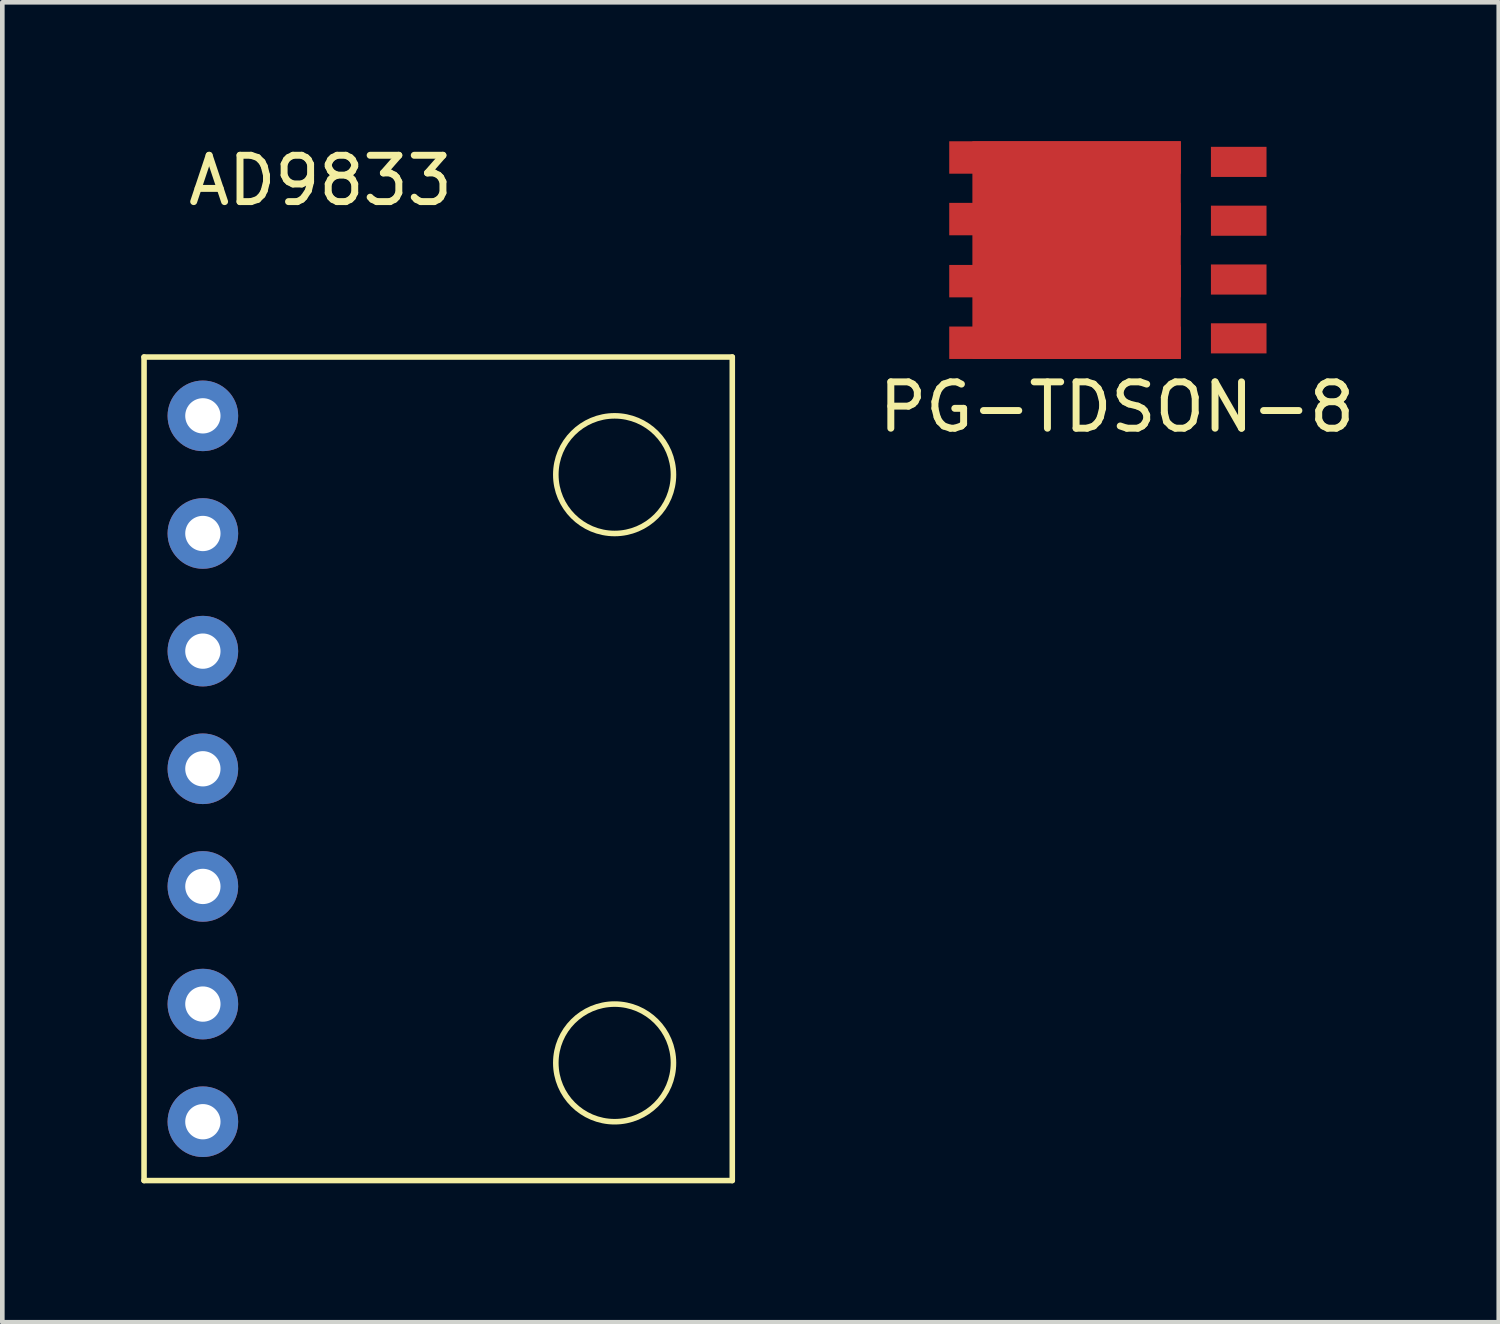
<source format=kicad_pcb>
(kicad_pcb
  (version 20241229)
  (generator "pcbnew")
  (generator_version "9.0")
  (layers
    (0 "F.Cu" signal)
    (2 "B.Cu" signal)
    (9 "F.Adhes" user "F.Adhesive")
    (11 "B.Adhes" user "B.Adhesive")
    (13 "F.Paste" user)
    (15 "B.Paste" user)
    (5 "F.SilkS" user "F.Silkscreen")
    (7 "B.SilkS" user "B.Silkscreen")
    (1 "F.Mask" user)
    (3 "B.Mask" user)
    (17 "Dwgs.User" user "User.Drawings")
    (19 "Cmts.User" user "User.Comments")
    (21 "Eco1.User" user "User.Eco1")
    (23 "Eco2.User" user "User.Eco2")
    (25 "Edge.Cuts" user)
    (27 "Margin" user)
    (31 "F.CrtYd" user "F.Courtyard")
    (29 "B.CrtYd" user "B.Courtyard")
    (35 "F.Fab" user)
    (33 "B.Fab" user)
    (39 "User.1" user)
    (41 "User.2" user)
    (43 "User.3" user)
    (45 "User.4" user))
  (footprint "AD9833"
    (layer "F.Cu")
    (at 3.87 13.548)
    (property "Reference" "AD9833" (at 0 -12.7 0) (layer "F.SilkS") (effects (font (size 1 1) (thickness 0.15))))
    (attr through_hole)
    (fp_line (start -3.81 -8.89) (end -3.81 8.89) (stroke (width 0.12) (type solid)) (layer "F.SilkS"))
    (fp_line (start -3.81 8.89) (end 8.89 8.89) (stroke (width 0.12) (type solid)) (layer "F.SilkS"))
    (fp_line (start 8.89 -8.89) (end -3.81 -8.89) (stroke (width 0.12) (type solid)) (layer "F.SilkS"))
    (fp_line (start 8.89 8.89) (end 8.89 -8.89) (stroke (width 0.12) (type solid)) (layer "F.SilkS"))
    (fp_circle (center 6.35 -6.35) (end 6.35 -5.08) (stroke (width 0.12) (type solid)) (fill no) (layer "F.SilkS"))
    (fp_circle (center 6.35 6.35) (end 6.35 7.62) (stroke (width 0.12) (type solid)) (fill no) (layer "F.SilkS"))
    (pad "1" thru_hole circle (at -2.54 -7.62) (size 1.524 1.524) (drill 0.762) (layers "*.Cu" "*.Mask"))
    (pad "2" thru_hole circle (at -2.54 -5.08) (size 1.524 1.524) (drill 0.762) (layers "*.Cu" "*.Mask"))
    (pad "3" thru_hole circle (at -2.54 -2.54) (size 1.524 1.524) (drill 0.762) (layers "*.Cu" "*.Mask"))
    (pad "4" thru_hole circle (at -2.54 0) (size 1.524 1.524) (drill 0.762) (layers "*.Cu" "*.Mask"))
    (pad "5" thru_hole circle (at -2.54 2.54) (size 1.524 1.524) (drill 0.762) (layers "*.Cu" "*.Mask"))
    (pad "6" thru_hole circle (at -2.54 5.08) (size 1.524 1.524) (drill 0.762) (layers "*.Cu" "*.Mask"))
    (pad "7" thru_hole circle (at -2.54 7.62) (size 1.524 1.524) (drill 0.762) (layers "*.Cu" "*.Mask")))
  (footprint "PG-TDSON-8"
    (layer "F.Cu")
    (at 17.444 2.35)
    (property "Reference" "PG-TDSON-8" (at 3.62 3.39 0) (layer "F.SilkS") (effects (font (size 1 1) (thickness 0.15))))
    (attr through_hole)
    (pad "" smd rect (at 2.75 0) (size 4.5 4.7) (layers "F.Cu" "F.Mask" "F.Paste"))
    (pad "1" smd rect (at 6.25 1.905) (size 1.2 0.65) (layers "F.Cu" "F.Mask" "F.Paste"))
    (pad "2" smd rect (at 6.25 0.635) (size 1.2 0.65) (layers "F.Cu" "F.Mask" "F.Paste"))
    (pad "3" smd rect (at 6.25 -0.635) (size 1.2 0.65) (layers "F.Cu" "F.Mask" "F.Paste"))
    (pad "4" smd rect (at 6.25 -1.905) (size 1.2 0.65) (layers "F.Cu" "F.Mask" "F.Paste"))
    (pad "5" smd rect (at 2.5 -2) (size 5 0.7) (layers "F.Cu" "F.Mask" "F.Paste"))
    (pad "6" smd rect (at 2.5 -0.67) (size 5 0.7) (layers "F.Cu" "F.Mask" "F.Paste"))
    (pad "7" smd rect (at 2.5 0.67) (size 5 0.7) (layers "F.Cu" "F.Mask" "F.Paste"))
    (pad "8" smd rect (at 2.5 2) (size 5 0.7) (layers "F.Cu" "F.Mask" "F.Paste")))
  (gr_rect
    (start -3 -3)
    (end 29.308 25.498)
    (stroke (width 0.1) (type default))
    (fill no)
    (layer "Edge.Cuts")))
</source>
